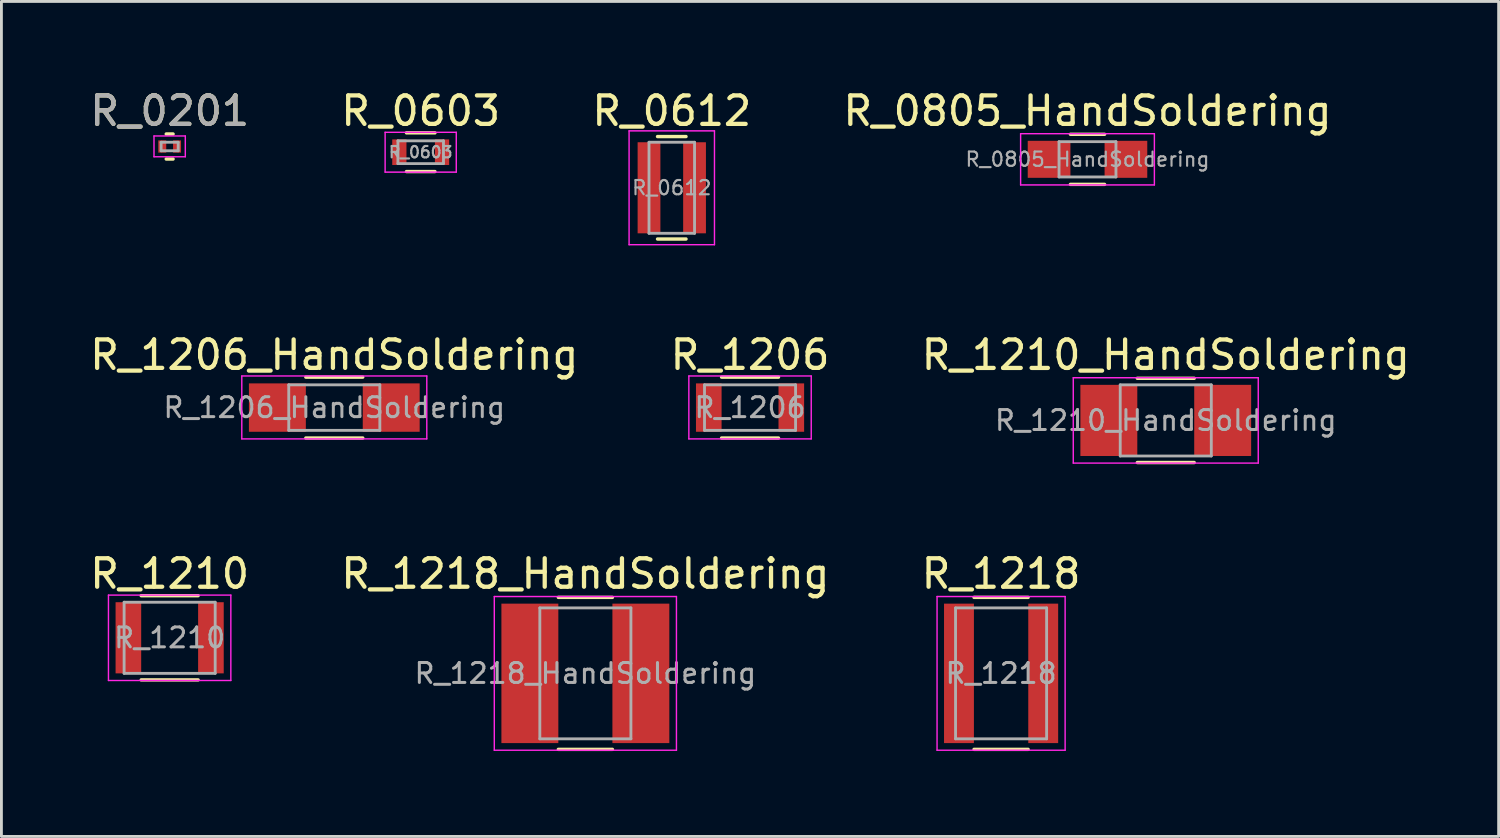
<source format=kicad_pcb>
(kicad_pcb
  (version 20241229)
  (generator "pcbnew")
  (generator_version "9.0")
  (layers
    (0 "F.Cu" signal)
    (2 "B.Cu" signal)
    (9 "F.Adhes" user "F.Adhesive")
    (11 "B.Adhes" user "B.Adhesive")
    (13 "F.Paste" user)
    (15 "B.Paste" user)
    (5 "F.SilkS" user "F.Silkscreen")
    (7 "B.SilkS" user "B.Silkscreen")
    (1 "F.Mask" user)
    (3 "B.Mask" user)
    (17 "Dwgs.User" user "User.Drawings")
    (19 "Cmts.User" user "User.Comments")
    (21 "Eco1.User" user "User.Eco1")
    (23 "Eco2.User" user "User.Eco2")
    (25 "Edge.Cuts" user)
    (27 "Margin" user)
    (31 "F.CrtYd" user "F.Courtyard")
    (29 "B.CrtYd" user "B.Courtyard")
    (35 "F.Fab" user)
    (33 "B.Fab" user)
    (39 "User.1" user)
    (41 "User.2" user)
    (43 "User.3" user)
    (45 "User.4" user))
  (footprint "R_0603"
    (layer "F.Cu")
    (at 11.732 2.298)
    (property "Reference" "R_0603" (at 0 -1.45 0) (layer "F.SilkS") (effects (font (size 1 1) (thickness 0.15))))
    (attr smd)
    (fp_line (start -0.5 -0.68) (end 0.5 -0.68) (stroke (width 0.12) (type solid)) (layer "F.SilkS"))
    (fp_line (start 0.5 0.68) (end -0.5 0.68) (stroke (width 0.12) (type solid)) (layer "F.SilkS"))
    (fp_line (start -1.25 -0.7) (end -1.25 0.7) (stroke (width 0.05) (type solid)) (layer "F.CrtYd"))
    (fp_line (start -1.25 -0.7) (end 1.25 -0.7) (stroke (width 0.05) (type solid)) (layer "F.CrtYd"))
    (fp_line (start 1.25 0.7) (end -1.25 0.7) (stroke (width 0.05) (type solid)) (layer "F.CrtYd"))
    (fp_line (start 1.25 0.7) (end 1.25 -0.7) (stroke (width 0.05) (type solid)) (layer "F.CrtYd"))
    (fp_line (start -0.8 -0.4) (end 0.8 -0.4) (stroke (width 0.1) (type solid)) (layer "F.Fab"))
    (fp_line (start -0.8 0.4) (end -0.8 -0.4) (stroke (width 0.1) (type solid)) (layer "F.Fab"))
    (fp_line (start 0.8 -0.4) (end 0.8 0.4) (stroke (width 0.1) (type solid)) (layer "F.Fab"))
    (fp_line (start 0.8 0.4) (end -0.8 0.4) (stroke (width 0.1) (type solid)) (layer "F.Fab"))
    (fp_text user "${REFERENCE}" (at 0 0 0) (layer "F.Fab") (effects (font (size 0.4 0.4) (thickness 0.075))))
    (pad "1" smd rect (at -0.75 0) (size 0.5 0.9) (layers "F.Cu" "F.Mask" "F.Paste"))
    (pad "2" smd rect (at 0.75 0) (size 0.5 0.9) (layers "F.Cu" "F.Mask" "F.Paste")))
  (footprint "R_1210"
    (layer "F.Cu")
    (at 2.911 19.36)
    (property "Reference" "R_1210" (at 0 -2.25 0) (layer "F.SilkS") (effects (font (size 1 1) (thickness 0.15))))
    (attr smd)
    (fp_line (start -1 -1.48) (end 1 -1.48) (stroke (width 0.12) (type solid)) (layer "F.SilkS"))
    (fp_line (start 1 1.48) (end -1 1.48) (stroke (width 0.12) (type solid)) (layer "F.SilkS"))
    (fp_line (start -2.15 -1.5) (end -2.15 1.5) (stroke (width 0.05) (type solid)) (layer "F.CrtYd"))
    (fp_line (start -2.15 -1.5) (end 2.15 -1.5) (stroke (width 0.05) (type solid)) (layer "F.CrtYd"))
    (fp_line (start 2.15 1.5) (end -2.15 1.5) (stroke (width 0.05) (type solid)) (layer "F.CrtYd"))
    (fp_line (start 2.15 1.5) (end 2.15 -1.5) (stroke (width 0.05) (type solid)) (layer "F.CrtYd"))
    (fp_line (start -1.6 -1.25) (end 1.6 -1.25) (stroke (width 0.1) (type solid)) (layer "F.Fab"))
    (fp_line (start -1.6 1.25) (end -1.6 -1.25) (stroke (width 0.1) (type solid)) (layer "F.Fab"))
    (fp_line (start 1.6 -1.25) (end 1.6 1.25) (stroke (width 0.1) (type solid)) (layer "F.Fab"))
    (fp_line (start 1.6 1.25) (end -1.6 1.25) (stroke (width 0.1) (type solid)) (layer "F.Fab"))
    (fp_text user "${REFERENCE}" (at 0 0 0) (layer "F.Fab") (effects (font (size 0.7 0.7) (thickness 0.105))))
    (pad "1" smd rect (at -1.45 0) (size 0.9 2.5) (layers "F.Cu" "F.Mask" "F.Paste"))
    (pad "2" smd rect (at 1.45 0) (size 0.9 2.5) (layers "F.Cu" "F.Mask" "F.Paste")))
  (footprint "R_1206_HandSoldering"
    (layer "F.Cu")
    (at 8.696 11.271)
    (property "Reference" "R_1206_HandSoldering" (at 0 -1.85 0) (layer "F.SilkS") (effects (font (size 1 1) (thickness 0.15))))
    (attr smd)
    (fp_line (start -1 -1.07) (end 1 -1.07) (stroke (width 0.12) (type solid)) (layer "F.SilkS"))
    (fp_line (start 1 1.07) (end -1 1.07) (stroke (width 0.12) (type solid)) (layer "F.SilkS"))
    (fp_line (start -3.25 -1.11) (end -3.25 1.1) (stroke (width 0.05) (type solid)) (layer "F.CrtYd"))
    (fp_line (start -3.25 -1.11) (end 3.25 -1.11) (stroke (width 0.05) (type solid)) (layer "F.CrtYd"))
    (fp_line (start 3.25 1.1) (end -3.25 1.1) (stroke (width 0.05) (type solid)) (layer "F.CrtYd"))
    (fp_line (start 3.25 1.1) (end 3.25 -1.11) (stroke (width 0.05) (type solid)) (layer "F.CrtYd"))
    (fp_line (start -1.6 -0.8) (end 1.6 -0.8) (stroke (width 0.1) (type solid)) (layer "F.Fab"))
    (fp_line (start -1.6 0.8) (end -1.6 -0.8) (stroke (width 0.1) (type solid)) (layer "F.Fab"))
    (fp_line (start 1.6 -0.8) (end 1.6 0.8) (stroke (width 0.1) (type solid)) (layer "F.Fab"))
    (fp_line (start 1.6 0.8) (end -1.6 0.8) (stroke (width 0.1) (type solid)) (layer "F.Fab"))
    (fp_text user "${REFERENCE}" (at 0 0 0) (layer "F.Fab") (effects (font (size 0.7 0.7) (thickness 0.105))))
    (pad "1" smd rect (at -2 0) (size 2 1.7) (layers "F.Cu" "F.Mask" "F.Paste"))
    (pad "2" smd rect (at 2 0) (size 2 1.7) (layers "F.Cu" "F.Mask" "F.Paste")))
  (footprint "R_0612"
    (layer "F.Cu")
    (at 20.554 3.548)
    (property "Reference" "R_0612" (at 0 -2.7 0) (layer "F.SilkS") (effects (font (size 1 1) (thickness 0.15))))
    (attr smd)
    (fp_line (start -0.5 -1.8) (end 0.5 -1.8) (stroke (width 0.12) (type solid)) (layer "F.SilkS"))
    (fp_line (start 0.5 1.8) (end -0.5 1.8) (stroke (width 0.12) (type solid)) (layer "F.SilkS"))
    (fp_line (start -1.5 -2) (end -1.5 2) (stroke (width 0.05) (type solid)) (layer "F.CrtYd"))
    (fp_line (start -1.5 -2) (end 1.5 -2) (stroke (width 0.05) (type solid)) (layer "F.CrtYd"))
    (fp_line (start -1.5 2) (end 1.5 2) (stroke (width 0.05) (type solid)) (layer "F.CrtYd"))
    (fp_line (start 1.5 -2) (end 1.5 2) (stroke (width 0.05) (type solid)) (layer "F.CrtYd"))
    (fp_line (start -0.8 -1.6) (end 0.8 -1.6) (stroke (width 0.1) (type solid)) (layer "F.Fab"))
    (fp_line (start -0.8 1.6) (end -0.8 -1.6) (stroke (width 0.1) (type solid)) (layer "F.Fab"))
    (fp_line (start 0.8 -1.6) (end 0.8 1.6) (stroke (width 0.1) (type solid)) (layer "F.Fab"))
    (fp_line (start 0.8 1.6) (end -0.8 1.6) (stroke (width 0.1) (type solid)) (layer "F.Fab"))
    (fp_text user "${REFERENCE}" (at 0 0 0) (layer "F.Fab") (effects (font (size 0.5 0.5) (thickness 0.075))))
    (pad "1" smd rect (at -0.8 0) (size 0.8 3.2) (layers "F.Cu" "F.Mask" "F.Paste"))
    (pad "2" smd rect (at 0.8 0) (size 0.8 3.2) (layers "F.Cu" "F.Mask" "F.Paste")))
  (footprint "R_1218"
    (layer "F.Cu")
    (at 32.125 20.61)
    (property "Reference" "R_1218" (at 0 -3.5 0) (layer "F.SilkS") (effects (font (size 1 1) (thickness 0.15))))
    (attr smd)
    (fp_line (start -0.95 -2.67) (end 0.95 -2.67) (stroke (width 0.12) (type solid)) (layer "F.SilkS"))
    (fp_line (start 0.95 2.67) (end -0.95 2.67) (stroke (width 0.12) (type solid)) (layer "F.SilkS"))
    (fp_line (start -2.25 -2.7) (end -2.25 2.7) (stroke (width 0.05) (type solid)) (layer "F.CrtYd"))
    (fp_line (start -2.25 -2.7) (end 2.25 -2.7) (stroke (width 0.05) (type solid)) (layer "F.CrtYd"))
    (fp_line (start 2.25 2.7) (end -2.25 2.7) (stroke (width 0.05) (type solid)) (layer "F.CrtYd"))
    (fp_line (start 2.25 2.7) (end 2.25 -2.7) (stroke (width 0.05) (type solid)) (layer "F.CrtYd"))
    (fp_line (start -1.6 -2.3) (end -1.6 2.3) (stroke (width 0.1) (type solid)) (layer "F.Fab"))
    (fp_line (start -1.6 2.3) (end 1.6 2.3) (stroke (width 0.1) (type solid)) (layer "F.Fab"))
    (fp_line (start 1.6 -2.3) (end -1.6 -2.3) (stroke (width 0.1) (type solid)) (layer "F.Fab"))
    (fp_line (start 1.6 2.3) (end 1.6 -2.3) (stroke (width 0.1) (type solid)) (layer "F.Fab"))
    (fp_text user "${REFERENCE}" (at 0 0 0) (layer "F.Fab") (effects (font (size 0.7 0.7) (thickness 0.105))))
    (pad "1" smd rect (at -1.48 0) (size 1.05 4.9) (layers "F.Cu" "F.Mask" "F.Paste"))
    (pad "2" smd rect (at 1.48 0) (size 1.05 4.9) (layers "F.Cu" "F.Mask" "F.Paste")))
  (footprint "R_1206"
    (layer "F.Cu")
    (at 23.304 11.271)
    (property "Reference" "R_1206" (at 0 -1.85 0) (layer "F.SilkS") (effects (font (size 1 1) (thickness 0.15))))
    (attr smd)
    (fp_line (start -1 -1.07) (end 1 -1.07) (stroke (width 0.12) (type solid)) (layer "F.SilkS"))
    (fp_line (start 1 1.07) (end -1 1.07) (stroke (width 0.12) (type solid)) (layer "F.SilkS"))
    (fp_line (start -2.15 -1.11) (end -2.15 1.1) (stroke (width 0.05) (type solid)) (layer "F.CrtYd"))
    (fp_line (start -2.15 -1.11) (end 2.15 -1.11) (stroke (width 0.05) (type solid)) (layer "F.CrtYd"))
    (fp_line (start 2.15 1.1) (end -2.15 1.1) (stroke (width 0.05) (type solid)) (layer "F.CrtYd"))
    (fp_line (start 2.15 1.1) (end 2.15 -1.11) (stroke (width 0.05) (type solid)) (layer "F.CrtYd"))
    (fp_line (start -1.6 -0.8) (end 1.6 -0.8) (stroke (width 0.1) (type solid)) (layer "F.Fab"))
    (fp_line (start -1.6 0.8) (end -1.6 -0.8) (stroke (width 0.1) (type solid)) (layer "F.Fab"))
    (fp_line (start 1.6 -0.8) (end 1.6 0.8) (stroke (width 0.1) (type solid)) (layer "F.Fab"))
    (fp_line (start 1.6 0.8) (end -1.6 0.8) (stroke (width 0.1) (type solid)) (layer "F.Fab"))
    (fp_text user "${REFERENCE}" (at 0 0 0) (layer "F.Fab") (effects (font (size 0.7 0.7) (thickness 0.105))))
    (pad "1" smd rect (at -1.45 0) (size 0.9 1.7) (layers "F.Cu" "F.Mask" "F.Paste"))
    (pad "2" smd rect (at 1.45 0) (size 0.9 1.7) (layers "F.Cu" "F.Mask" "F.Paste")))
  (footprint "R_0201"
    (layer "F.Cu")
    (at 2.911 2.098)
    (property "Reference" "R_0201" (at 0 -1.25 0) (layer "F.SilkS") (effects (font (size 1 1) (thickness 0.15))))
    (attr smd)
    (fp_line (start -0.12 0.44) (end 0.12 0.44) (stroke (width 0.12) (type solid)) (layer "F.SilkS"))
    (fp_line (start 0.12 -0.44) (end -0.12 -0.44) (stroke (width 0.12) (type solid)) (layer "F.SilkS"))
    (fp_line (start -0.55 -0.37) (end -0.55 0.36) (stroke (width 0.05) (type solid)) (layer "F.CrtYd"))
    (fp_line (start -0.55 -0.37) (end 0.55 -0.37) (stroke (width 0.05) (type solid)) (layer "F.CrtYd"))
    (fp_line (start 0.55 0.36) (end -0.55 0.36) (stroke (width 0.05) (type solid)) (layer "F.CrtYd"))
    (fp_line (start 0.55 0.36) (end 0.55 -0.37) (stroke (width 0.05) (type solid)) (layer "F.CrtYd"))
    (fp_line (start -0.3 -0.15) (end 0.3 -0.15) (stroke (width 0.1) (type solid)) (layer "F.Fab"))
    (fp_line (start -0.3 0.15) (end -0.3 -0.15) (stroke (width 0.1) (type solid)) (layer "F.Fab"))
    (fp_line (start 0.3 -0.15) (end 0.3 0.15) (stroke (width 0.1) (type solid)) (layer "F.Fab"))
    (fp_line (start 0.3 0.15) (end -0.3 0.15) (stroke (width 0.1) (type solid)) (layer "F.Fab"))
    (fp_text user "${REFERENCE}" (at 0 -1.25 0) (layer "F.Fab") (effects (font (size 1 1) (thickness 0.15))))
    (pad "1" smd rect (at -0.26 0) (size 0.28 0.43) (layers "F.Cu" "F.Mask" "F.Paste"))
    (pad "2" smd rect (at 0.26 0) (size 0.28 0.43) (layers "F.Cu" "F.Mask" "F.Paste")))
  (footprint "R_1210_HandSoldering"
    (layer "F.Cu")
    (at 37.911 11.722)
    (property "Reference" "R_1210_HandSoldering" (at 0 -2.3 0) (layer "F.SilkS") (effects (font (size 1 1) (thickness 0.15))))
    (attr smd)
    (fp_line (start -1 -1.48) (end 1 -1.48) (stroke (width 0.12) (type solid)) (layer "F.SilkS"))
    (fp_line (start 1 1.48) (end -1 1.48) (stroke (width 0.12) (type solid)) (layer "F.SilkS"))
    (fp_line (start -3.25 -1.5) (end -3.25 1.5) (stroke (width 0.05) (type solid)) (layer "F.CrtYd"))
    (fp_line (start -3.25 -1.5) (end 3.25 -1.5) (stroke (width 0.05) (type solid)) (layer "F.CrtYd"))
    (fp_line (start 3.25 1.5) (end -3.25 1.5) (stroke (width 0.05) (type solid)) (layer "F.CrtYd"))
    (fp_line (start 3.25 1.5) (end 3.25 -1.5) (stroke (width 0.05) (type solid)) (layer "F.CrtYd"))
    (fp_line (start -1.6 -1.25) (end 1.6 -1.25) (stroke (width 0.1) (type solid)) (layer "F.Fab"))
    (fp_line (start -1.6 1.25) (end -1.6 -1.25) (stroke (width 0.1) (type solid)) (layer "F.Fab"))
    (fp_line (start 1.6 -1.25) (end 1.6 1.25) (stroke (width 0.1) (type solid)) (layer "F.Fab"))
    (fp_line (start 1.6 1.25) (end -1.6 1.25) (stroke (width 0.1) (type solid)) (layer "F.Fab"))
    (fp_text user "${REFERENCE}" (at 0 0 0) (layer "F.Fab") (effects (font (size 0.7 0.7) (thickness 0.105))))
    (pad "1" smd rect (at -2 0) (size 2 2.5) (layers "F.Cu" "F.Mask" "F.Paste"))
    (pad "2" smd rect (at 2 0) (size 2 2.5) (layers "F.Cu" "F.Mask" "F.Paste")))
  (footprint "R_1218_HandSoldering"
    (layer "F.Cu")
    (at 17.518 20.61)
    (property "Reference" "R_1218_HandSoldering" (at 0 -3.5 0) (layer "F.SilkS") (effects (font (size 1 1) (thickness 0.15))))
    (attr smd)
    (fp_line (start -0.95 -2.67) (end 0.95 -2.67) (stroke (width 0.12) (type solid)) (layer "F.SilkS"))
    (fp_line (start 0.95 2.67) (end -0.95 2.67) (stroke (width 0.12) (type solid)) (layer "F.SilkS"))
    (fp_line (start -3.2 -2.7) (end -3.2 2.7) (stroke (width 0.05) (type solid)) (layer "F.CrtYd"))
    (fp_line (start -3.2 -2.7) (end 3.2 -2.7) (stroke (width 0.05) (type solid)) (layer "F.CrtYd"))
    (fp_line (start 3.2 2.7) (end -3.2 2.7) (stroke (width 0.05) (type solid)) (layer "F.CrtYd"))
    (fp_line (start 3.2 2.7) (end 3.2 -2.7) (stroke (width 0.05) (type solid)) (layer "F.CrtYd"))
    (fp_line (start -1.6 -2.3) (end 1.6 -2.3) (stroke (width 0.1) (type solid)) (layer "F.Fab"))
    (fp_line (start -1.6 2.3) (end -1.6 -2.3) (stroke (width 0.1) (type solid)) (layer "F.Fab"))
    (fp_line (start 1.6 -2.3) (end 1.6 2.3) (stroke (width 0.1) (type solid)) (layer "F.Fab"))
    (fp_line (start 1.6 2.3) (end -1.6 2.3) (stroke (width 0.1) (type solid)) (layer "F.Fab"))
    (fp_text user "${REFERENCE}" (at 0 0 0) (layer "F.Fab") (effects (font (size 0.7 0.7) (thickness 0.105))))
    (pad "1" smd rect (at -1.95 0) (size 2 4.9) (layers "F.Cu" "F.Mask" "F.Paste"))
    (pad "2" smd rect (at 1.95 0) (size 2 4.9) (layers "F.Cu" "F.Mask" "F.Paste")))
  (footprint "R_0805_HandSoldering"
    (layer "F.Cu")
    (at 35.161 2.548)
    (property "Reference" "R_0805_HandSoldering" (at 0 -1.7 0) (layer "F.SilkS") (effects (font (size 1 1) (thickness 0.15))))
    (attr smd)
    (fp_line (start -0.6 -0.88) (end 0.6 -0.88) (stroke (width 0.12) (type solid)) (layer "F.SilkS"))
    (fp_line (start 0.6 0.88) (end -0.6 0.88) (stroke (width 0.12) (type solid)) (layer "F.SilkS"))
    (fp_line (start -2.35 -0.9) (end -2.35 0.9) (stroke (width 0.05) (type solid)) (layer "F.CrtYd"))
    (fp_line (start -2.35 -0.9) (end 2.35 -0.9) (stroke (width 0.05) (type solid)) (layer "F.CrtYd"))
    (fp_line (start 2.35 0.9) (end -2.35 0.9) (stroke (width 0.05) (type solid)) (layer "F.CrtYd"))
    (fp_line (start 2.35 0.9) (end 2.35 -0.9) (stroke (width 0.05) (type solid)) (layer "F.CrtYd"))
    (fp_line (start -1 -0.62) (end 1 -0.62) (stroke (width 0.1) (type solid)) (layer "F.Fab"))
    (fp_line (start -1 0.62) (end -1 -0.62) (stroke (width 0.1) (type solid)) (layer "F.Fab"))
    (fp_line (start 1 -0.62) (end 1 0.62) (stroke (width 0.1) (type solid)) (layer "F.Fab"))
    (fp_line (start 1 0.62) (end -1 0.62) (stroke (width 0.1) (type solid)) (layer "F.Fab"))
    (fp_text user "${REFERENCE}" (at 0 0 0) (layer "F.Fab") (effects (font (size 0.5 0.5) (thickness 0.075))))
    (pad "1" smd rect (at -1.35 0) (size 1.5 1.3) (layers "F.Cu" "F.Mask" "F.Paste"))
    (pad "2" smd rect (at 1.35 0) (size 1.5 1.3) (layers "F.Cu" "F.Mask" "F.Paste")))
  (gr_rect
    (start -3 -3)
    (end 49.607 26.34)
    (stroke (width 0.1) (type default))
    (fill no)
    (layer "Edge.Cuts")))
</source>
